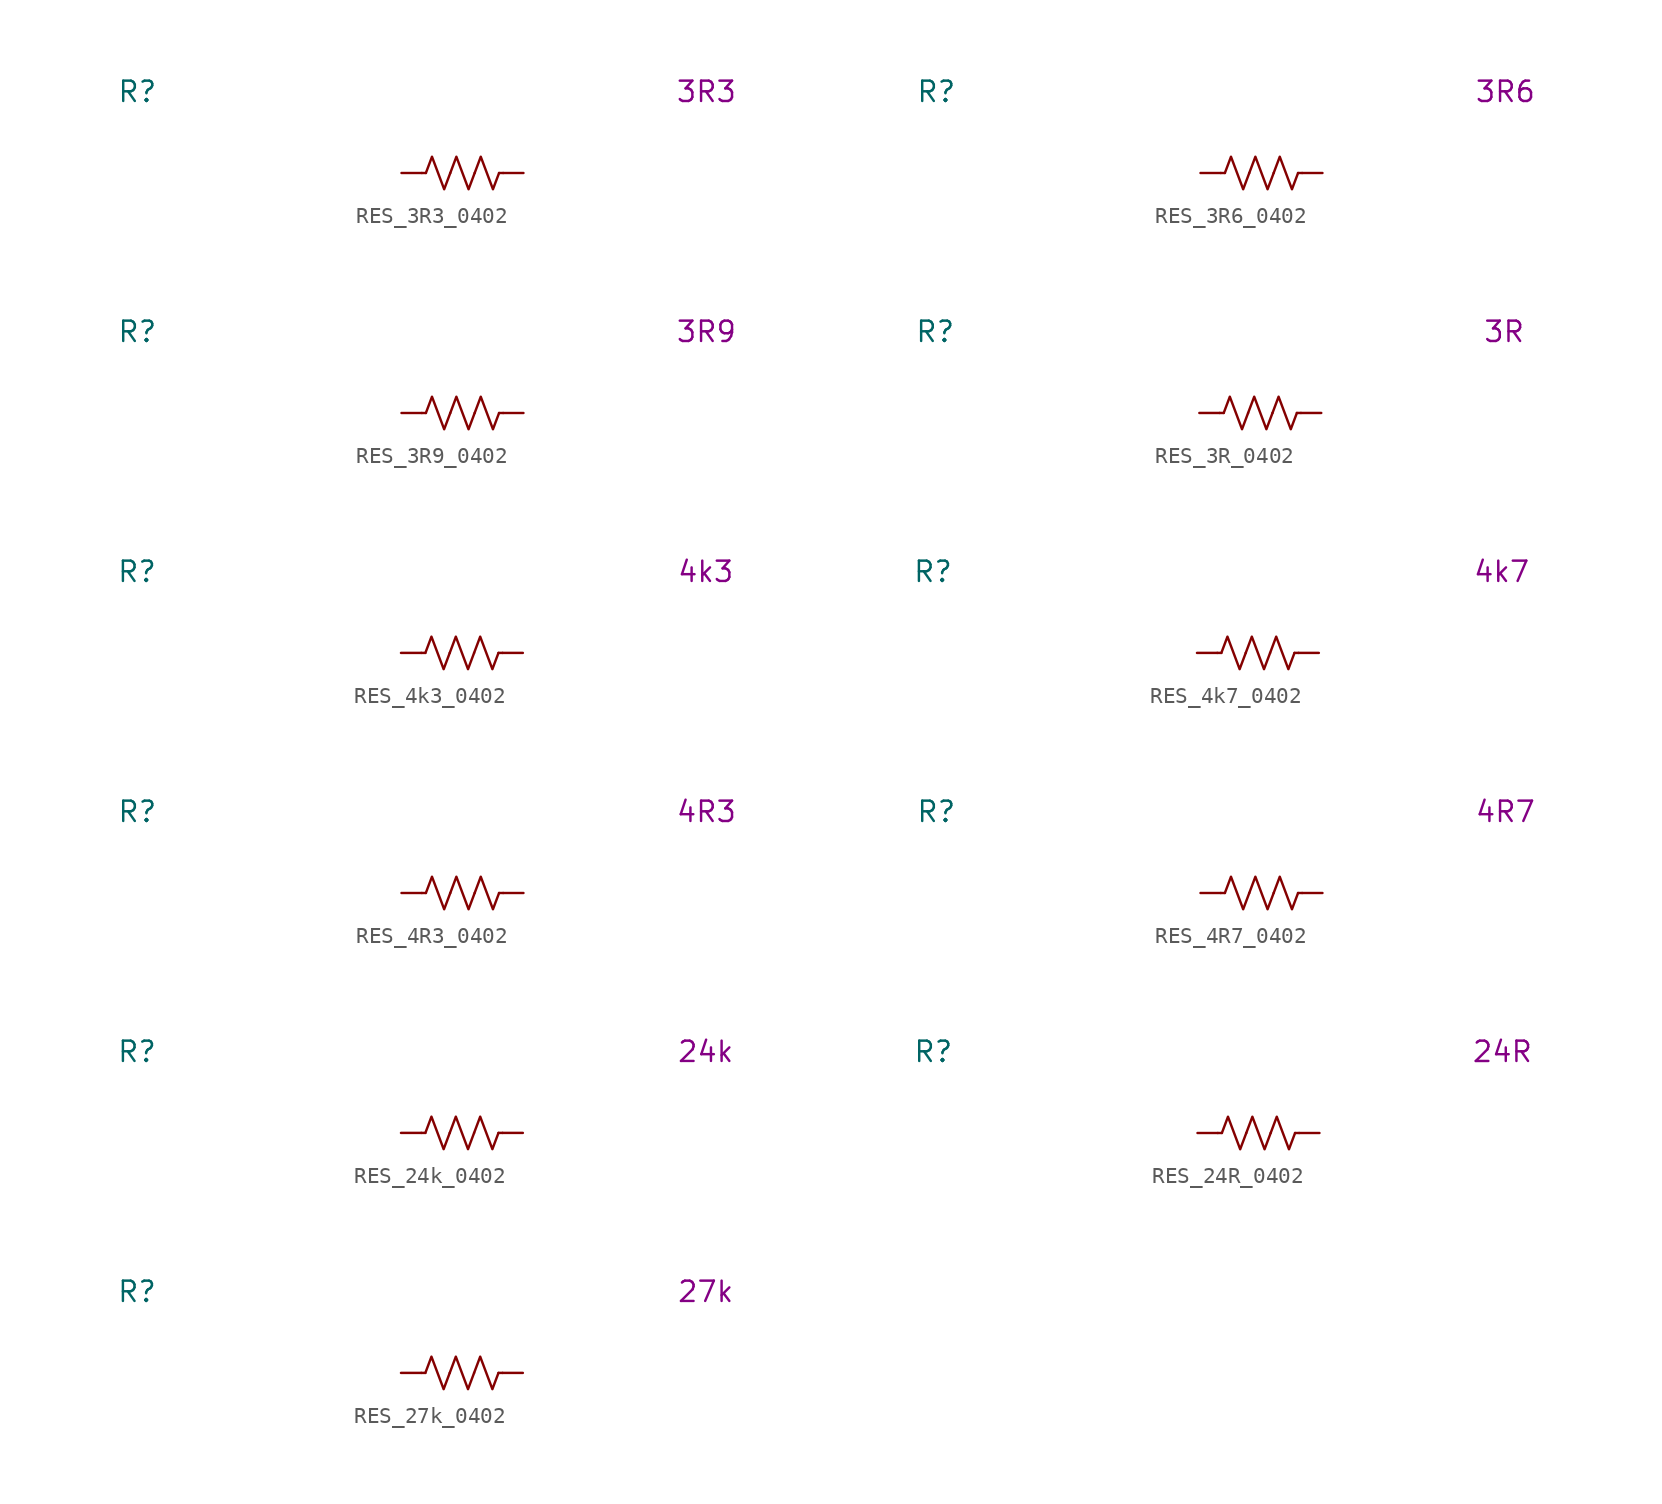
<source format=kicad_sym>
(kicad_symbol_lib
  (version 20231120)
  (generator "kicad_symbol_editor")
  (generator_version "8.0")
  (symbol "RES_3R3_0402"
    (pin_numbers hide)
    (property "Reference" "R"
      (at -20.32 5.08 0)
      (effects (font (size 1.27 1.27))))
    (property "Display Value" "3R3"
      (at 15.24 5.08 0)
      (effects (font (size 1.27 1.27))))
    (symbol "RES_3R3_0402_0_1"
      (polyline (pts (xy -2.286 0) (xy -2.54 0)) (stroke (width 0) (type default)) (fill (type none)))
      (polyline (pts (xy 2.286 0) (xy 2.54 0)) (stroke (width 0) (type default)) (fill (type none)))
      (polyline (pts (xy -2.286 0) (xy -1.905 1.016) (xy -1.524 0) (xy -1.143 -1.016) (xy -0.762 0)) (stroke (width 0) (type default)) (fill (type none)))
      (polyline (pts (xy -0.762 0) (xy -0.381 1.016) (xy 0 0) (xy 0.381 -1.016) (xy 0.762 0)) (stroke (width 0) (type default)) (fill (type none)))
      (polyline (pts (xy 0.762 0) (xy 1.143 1.016) (xy 1.524 0) (xy 1.905 -1.016) (xy 2.286 0)) (stroke (width 0) (type default)) (fill (type none))))
    (symbol "RES_3R3_0402_1_1"
      (pin passive line (at -3.81 0 0) (length 1.27) (name "~" (effects (font (size 1.27 1.27)))) (number "1" (effects (font (size 1.27 1.27)))))
      (pin passive line (at 3.81 0 180) (length 1.27) (name "~" (effects (font (size 1.27 1.27)))) (number "2" (effects (font (size 1.27 1.27)))))))
  (symbol "RES_3R6_0402"
    (pin_numbers hide)
    (property "Reference" "R"
      (at -20.32 5.08 0)
      (effects (font (size 1.27 1.27))))
    (property "Display Value" "3R6"
      (at 15.24 5.08 0)
      (effects (font (size 1.27 1.27))))
    (symbol "RES_3R6_0402_0_1"
      (polyline (pts (xy -2.286 0) (xy -2.54 0)) (stroke (width 0) (type default)) (fill (type none)))
      (polyline (pts (xy 2.286 0) (xy 2.54 0)) (stroke (width 0) (type default)) (fill (type none)))
      (polyline (pts (xy -2.286 0) (xy -1.905 1.016) (xy -1.524 0) (xy -1.143 -1.016) (xy -0.762 0)) (stroke (width 0) (type default)) (fill (type none)))
      (polyline (pts (xy -0.762 0) (xy -0.381 1.016) (xy 0 0) (xy 0.381 -1.016) (xy 0.762 0)) (stroke (width 0) (type default)) (fill (type none)))
      (polyline (pts (xy 0.762 0) (xy 1.143 1.016) (xy 1.524 0) (xy 1.905 -1.016) (xy 2.286 0)) (stroke (width 0) (type default)) (fill (type none))))
    (symbol "RES_3R6_0402_1_1"
      (pin passive line (at -3.81 0 0) (length 1.27) (name "~" (effects (font (size 1.27 1.27)))) (number "1" (effects (font (size 1.27 1.27)))))
      (pin passive line (at 3.81 0 180) (length 1.27) (name "~" (effects (font (size 1.27 1.27)))) (number "2" (effects (font (size 1.27 1.27)))))))
  (symbol "RES_3R9_0402"
    (pin_numbers hide)
    (property "Reference" "R"
      (at -20.32 5.08 0)
      (effects (font (size 1.27 1.27))))
    (property "Display Value" "3R9"
      (at 15.24 5.08 0)
      (effects (font (size 1.27 1.27))))
    (symbol "RES_3R9_0402_0_1"
      (polyline (pts (xy -2.286 0) (xy -2.54 0)) (stroke (width 0) (type default)) (fill (type none)))
      (polyline (pts (xy 2.286 0) (xy 2.54 0)) (stroke (width 0) (type default)) (fill (type none)))
      (polyline (pts (xy -2.286 0) (xy -1.905 1.016) (xy -1.524 0) (xy -1.143 -1.016) (xy -0.762 0)) (stroke (width 0) (type default)) (fill (type none)))
      (polyline (pts (xy -0.762 0) (xy -0.381 1.016) (xy 0 0) (xy 0.381 -1.016) (xy 0.762 0)) (stroke (width 0) (type default)) (fill (type none)))
      (polyline (pts (xy 0.762 0) (xy 1.143 1.016) (xy 1.524 0) (xy 1.905 -1.016) (xy 2.286 0)) (stroke (width 0) (type default)) (fill (type none))))
    (symbol "RES_3R9_0402_1_1"
      (pin passive line (at -3.81 0 0) (length 1.27) (name "~" (effects (font (size 1.27 1.27)))) (number "1" (effects (font (size 1.27 1.27)))))
      (pin passive line (at 3.81 0 180) (length 1.27) (name "~" (effects (font (size 1.27 1.27)))) (number "2" (effects (font (size 1.27 1.27)))))))
  (symbol "RES_3R_0402"
    (pin_numbers hide)
    (property "Reference" "R"
      (at -20.32 5.08 0)
      (effects (font (size 1.27 1.27))))
    (property "Display Value" "3R"
      (at 15.24 5.08 0)
      (effects (font (size 1.27 1.27))))
    (symbol "RES_3R_0402_0_1"
      (polyline (pts (xy -2.286 0) (xy -2.54 0)) (stroke (width 0) (type default)) (fill (type none)))
      (polyline (pts (xy 2.286 0) (xy 2.54 0)) (stroke (width 0) (type default)) (fill (type none)))
      (polyline (pts (xy -2.286 0) (xy -1.905 1.016) (xy -1.524 0) (xy -1.143 -1.016) (xy -0.762 0)) (stroke (width 0) (type default)) (fill (type none)))
      (polyline (pts (xy -0.762 0) (xy -0.381 1.016) (xy 0 0) (xy 0.381 -1.016) (xy 0.762 0)) (stroke (width 0) (type default)) (fill (type none)))
      (polyline (pts (xy 0.762 0) (xy 1.143 1.016) (xy 1.524 0) (xy 1.905 -1.016) (xy 2.286 0)) (stroke (width 0) (type default)) (fill (type none))))
    (symbol "RES_3R_0402_1_1"
      (pin passive line (at -3.81 0 0) (length 1.27) (name "~" (effects (font (size 1.27 1.27)))) (number "1" (effects (font (size 1.27 1.27)))))
      (pin passive line (at 3.81 0 180) (length 1.27) (name "~" (effects (font (size 1.27 1.27)))) (number "2" (effects (font (size 1.27 1.27)))))))
  (symbol "RES_4k3_0402"
    (pin_numbers hide)
    (property "Reference" "R"
      (at -20.32 5.08 0)
      (effects (font (size 1.27 1.27))))
    (property "Display Value" "4k3"
      (at 15.24 5.08 0)
      (effects (font (size 1.27 1.27))))
    (symbol "RES_4k3_0402_0_1"
      (polyline (pts (xy -2.286 0) (xy -2.54 0)) (stroke (width 0) (type default)) (fill (type none)))
      (polyline (pts (xy 2.286 0) (xy 2.54 0)) (stroke (width 0) (type default)) (fill (type none)))
      (polyline (pts (xy -2.286 0) (xy -1.905 1.016) (xy -1.524 0) (xy -1.143 -1.016) (xy -0.762 0)) (stroke (width 0) (type default)) (fill (type none)))
      (polyline (pts (xy -0.762 0) (xy -0.381 1.016) (xy 0 0) (xy 0.381 -1.016) (xy 0.762 0)) (stroke (width 0) (type default)) (fill (type none)))
      (polyline (pts (xy 0.762 0) (xy 1.143 1.016) (xy 1.524 0) (xy 1.905 -1.016) (xy 2.286 0)) (stroke (width 0) (type default)) (fill (type none))))
    (symbol "RES_4k3_0402_1_1"
      (pin passive line (at -3.81 0 0) (length 1.27) (name "~" (effects (font (size 1.27 1.27)))) (number "1" (effects (font (size 1.27 1.27)))))
      (pin passive line (at 3.81 0 180) (length 1.27) (name "~" (effects (font (size 1.27 1.27)))) (number "2" (effects (font (size 1.27 1.27)))))))
  (symbol "RES_4k7_0402"
    (pin_numbers hide)
    (property "Reference" "R"
      (at -20.32 5.08 0)
      (effects (font (size 1.27 1.27))))
    (property "Display Value" "4k7"
      (at 15.24 5.08 0)
      (effects (font (size 1.27 1.27))))
    (symbol "RES_4k7_0402_0_1"
      (polyline (pts (xy -2.286 0) (xy -2.54 0)) (stroke (width 0) (type default)) (fill (type none)))
      (polyline (pts (xy 2.286 0) (xy 2.54 0)) (stroke (width 0) (type default)) (fill (type none)))
      (polyline (pts (xy -2.286 0) (xy -1.905 1.016) (xy -1.524 0) (xy -1.143 -1.016) (xy -0.762 0)) (stroke (width 0) (type default)) (fill (type none)))
      (polyline (pts (xy -0.762 0) (xy -0.381 1.016) (xy 0 0) (xy 0.381 -1.016) (xy 0.762 0)) (stroke (width 0) (type default)) (fill (type none)))
      (polyline (pts (xy 0.762 0) (xy 1.143 1.016) (xy 1.524 0) (xy 1.905 -1.016) (xy 2.286 0)) (stroke (width 0) (type default)) (fill (type none))))
    (symbol "RES_4k7_0402_1_1"
      (pin passive line (at -3.81 0 0) (length 1.27) (name "~" (effects (font (size 1.27 1.27)))) (number "1" (effects (font (size 1.27 1.27)))))
      (pin passive line (at 3.81 0 180) (length 1.27) (name "~" (effects (font (size 1.27 1.27)))) (number "2" (effects (font (size 1.27 1.27)))))))
  (symbol "RES_4R3_0402"
    (pin_numbers hide)
    (property "Reference" "R"
      (at -20.32 5.08 0)
      (effects (font (size 1.27 1.27))))
    (property "Display Value" "4R3"
      (at 15.24 5.08 0)
      (effects (font (size 1.27 1.27))))
    (symbol "RES_4R3_0402_0_1"
      (polyline (pts (xy -2.286 0) (xy -2.54 0)) (stroke (width 0) (type default)) (fill (type none)))
      (polyline (pts (xy 2.286 0) (xy 2.54 0)) (stroke (width 0) (type default)) (fill (type none)))
      (polyline (pts (xy -2.286 0) (xy -1.905 1.016) (xy -1.524 0) (xy -1.143 -1.016) (xy -0.762 0)) (stroke (width 0) (type default)) (fill (type none)))
      (polyline (pts (xy -0.762 0) (xy -0.381 1.016) (xy 0 0) (xy 0.381 -1.016) (xy 0.762 0)) (stroke (width 0) (type default)) (fill (type none)))
      (polyline (pts (xy 0.762 0) (xy 1.143 1.016) (xy 1.524 0) (xy 1.905 -1.016) (xy 2.286 0)) (stroke (width 0) (type default)) (fill (type none))))
    (symbol "RES_4R3_0402_1_1"
      (pin passive line (at -3.81 0 0) (length 1.27) (name "~" (effects (font (size 1.27 1.27)))) (number "1" (effects (font (size 1.27 1.27)))))
      (pin passive line (at 3.81 0 180) (length 1.27) (name "~" (effects (font (size 1.27 1.27)))) (number "2" (effects (font (size 1.27 1.27)))))))
  (symbol "RES_4R7_0402"
    (pin_numbers hide)
    (property "Reference" "R"
      (at -20.32 5.08 0)
      (effects (font (size 1.27 1.27))))
    (property "Display Value" "4R7"
      (at 15.24 5.08 0)
      (effects (font (size 1.27 1.27))))
    (symbol "RES_4R7_0402_0_1"
      (polyline (pts (xy -2.286 0) (xy -2.54 0)) (stroke (width 0) (type default)) (fill (type none)))
      (polyline (pts (xy 2.286 0) (xy 2.54 0)) (stroke (width 0) (type default)) (fill (type none)))
      (polyline (pts (xy -2.286 0) (xy -1.905 1.016) (xy -1.524 0) (xy -1.143 -1.016) (xy -0.762 0)) (stroke (width 0) (type default)) (fill (type none)))
      (polyline (pts (xy -0.762 0) (xy -0.381 1.016) (xy 0 0) (xy 0.381 -1.016) (xy 0.762 0)) (stroke (width 0) (type default)) (fill (type none)))
      (polyline (pts (xy 0.762 0) (xy 1.143 1.016) (xy 1.524 0) (xy 1.905 -1.016) (xy 2.286 0)) (stroke (width 0) (type default)) (fill (type none))))
    (symbol "RES_4R7_0402_1_1"
      (pin passive line (at -3.81 0 0) (length 1.27) (name "~" (effects (font (size 1.27 1.27)))) (number "1" (effects (font (size 1.27 1.27)))))
      (pin passive line (at 3.81 0 180) (length 1.27) (name "~" (effects (font (size 1.27 1.27)))) (number "2" (effects (font (size 1.27 1.27)))))))
  (symbol "RES_24k_0402"
    (pin_numbers hide)
    (property "Reference" "R"
      (at -20.32 5.08 0)
      (effects (font (size 1.27 1.27))))
    (property "Display Value" "24k"
      (at 15.24 5.08 0)
      (effects (font (size 1.27 1.27))))
    (symbol "RES_24k_0402_0_1"
      (polyline (pts (xy -2.286 0) (xy -2.54 0)) (stroke (width 0) (type default)) (fill (type none)))
      (polyline (pts (xy 2.286 0) (xy 2.54 0)) (stroke (width 0) (type default)) (fill (type none)))
      (polyline (pts (xy -2.286 0) (xy -1.905 1.016) (xy -1.524 0) (xy -1.143 -1.016) (xy -0.762 0)) (stroke (width 0) (type default)) (fill (type none)))
      (polyline (pts (xy -0.762 0) (xy -0.381 1.016) (xy 0 0) (xy 0.381 -1.016) (xy 0.762 0)) (stroke (width 0) (type default)) (fill (type none)))
      (polyline (pts (xy 0.762 0) (xy 1.143 1.016) (xy 1.524 0) (xy 1.905 -1.016) (xy 2.286 0)) (stroke (width 0) (type default)) (fill (type none))))
    (symbol "RES_24k_0402_1_1"
      (pin passive line (at -3.81 0 0) (length 1.27) (name "~" (effects (font (size 1.27 1.27)))) (number "1" (effects (font (size 1.27 1.27)))))
      (pin passive line (at 3.81 0 180) (length 1.27) (name "~" (effects (font (size 1.27 1.27)))) (number "2" (effects (font (size 1.27 1.27)))))))
  (symbol "RES_24R_0402"
    (pin_numbers hide)
    (property "Reference" "R"
      (at -20.32 5.08 0)
      (effects (font (size 1.27 1.27))))
    (property "Display Value" "24R"
      (at 15.24 5.08 0)
      (effects (font (size 1.27 1.27))))
    (symbol "RES_24R_0402_0_1"
      (polyline (pts (xy -2.286 0) (xy -2.54 0)) (stroke (width 0) (type default)) (fill (type none)))
      (polyline (pts (xy 2.286 0) (xy 2.54 0)) (stroke (width 0) (type default)) (fill (type none)))
      (polyline (pts (xy -2.286 0) (xy -1.905 1.016) (xy -1.524 0) (xy -1.143 -1.016) (xy -0.762 0)) (stroke (width 0) (type default)) (fill (type none)))
      (polyline (pts (xy -0.762 0) (xy -0.381 1.016) (xy 0 0) (xy 0.381 -1.016) (xy 0.762 0)) (stroke (width 0) (type default)) (fill (type none)))
      (polyline (pts (xy 0.762 0) (xy 1.143 1.016) (xy 1.524 0) (xy 1.905 -1.016) (xy 2.286 0)) (stroke (width 0) (type default)) (fill (type none))))
    (symbol "RES_24R_0402_1_1"
      (pin passive line (at -3.81 0 0) (length 1.27) (name "~" (effects (font (size 1.27 1.27)))) (number "1" (effects (font (size 1.27 1.27)))))
      (pin passive line (at 3.81 0 180) (length 1.27) (name "~" (effects (font (size 1.27 1.27)))) (number "2" (effects (font (size 1.27 1.27)))))))
  (symbol "RES_27k_0402"
    (pin_numbers hide)
    (property "Reference" "R"
      (at -20.32 5.08 0)
      (effects (font (size 1.27 1.27))))
    (property "Display Value" "27k"
      (at 15.24 5.08 0)
      (effects (font (size 1.27 1.27))))
    (symbol "RES_27k_0402_0_1"
      (polyline (pts (xy -2.286 0) (xy -2.54 0)) (stroke (width 0) (type default)) (fill (type none)))
      (polyline (pts (xy 2.286 0) (xy 2.54 0)) (stroke (width 0) (type default)) (fill (type none)))
      (polyline (pts (xy -2.286 0) (xy -1.905 1.016) (xy -1.524 0) (xy -1.143 -1.016) (xy -0.762 0)) (stroke (width 0) (type default)) (fill (type none)))
      (polyline (pts (xy -0.762 0) (xy -0.381 1.016) (xy 0 0) (xy 0.381 -1.016) (xy 0.762 0)) (stroke (width 0) (type default)) (fill (type none)))
      (polyline (pts (xy 0.762 0) (xy 1.143 1.016) (xy 1.524 0) (xy 1.905 -1.016) (xy 2.286 0)) (stroke (width 0) (type default)) (fill (type none))))
    (symbol "RES_27k_0402_1_1"
      (pin passive line (at -3.81 0 0) (length 1.27) (name "~" (effects (font (size 1.27 1.27)))) (number "1" (effects (font (size 1.27 1.27)))))
      (pin passive line (at 3.81 0 180) (length 1.27) (name "~" (effects (font (size 1.27 1.27)))) (number "2" (effects (font (size 1.27 1.27))))))))
</source>
